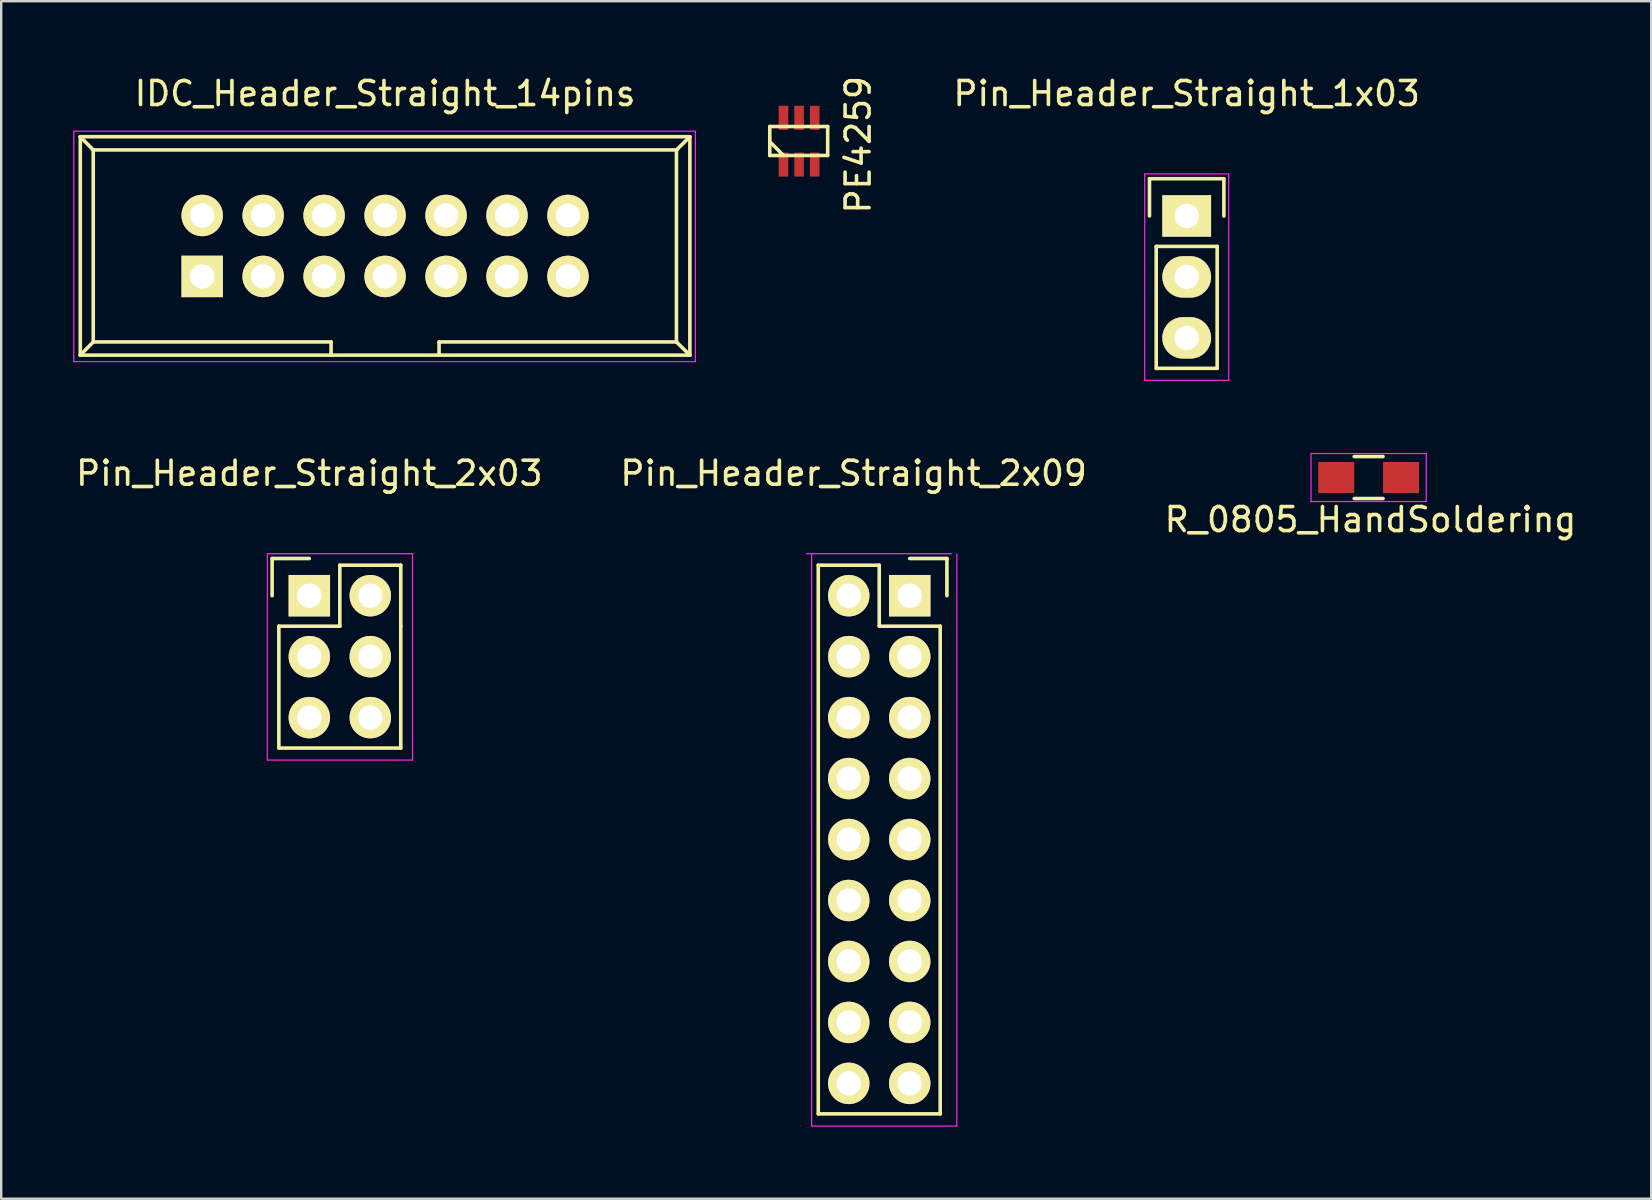
<source format=kicad_pcb>
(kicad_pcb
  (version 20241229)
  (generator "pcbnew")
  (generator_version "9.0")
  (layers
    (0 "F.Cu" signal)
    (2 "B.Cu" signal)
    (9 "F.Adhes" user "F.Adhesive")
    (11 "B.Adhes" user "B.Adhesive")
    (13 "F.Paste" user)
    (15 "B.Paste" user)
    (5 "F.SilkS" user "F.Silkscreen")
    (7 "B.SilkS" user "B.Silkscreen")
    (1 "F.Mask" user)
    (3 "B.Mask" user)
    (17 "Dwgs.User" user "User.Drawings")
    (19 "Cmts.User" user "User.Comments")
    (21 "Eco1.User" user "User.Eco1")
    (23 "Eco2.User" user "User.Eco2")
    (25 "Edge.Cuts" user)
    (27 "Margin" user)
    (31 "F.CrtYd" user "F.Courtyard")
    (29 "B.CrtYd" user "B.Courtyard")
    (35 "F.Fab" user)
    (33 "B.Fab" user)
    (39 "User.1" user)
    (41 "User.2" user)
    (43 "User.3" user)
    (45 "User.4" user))
  (footprint "IDC_Header_Straight_14pins"
    (layer "F.Cu")
    (at 5.375 8.468)
    (property "Reference" "IDC_Header_Straight_14pins" (at 7.62 -7.62 0) (layer "F.SilkS") (effects (font (size 1 1) (thickness 0.15))))
    (attr through_hole)
    (fp_line (start -5.08 -5.82) (end -5.08 3.28) (stroke (width 0.15) (type solid)) (layer "F.SilkS"))
    (fp_line (start -5.08 -5.82) (end -4.54 -5.27) (stroke (width 0.15) (type solid)) (layer "F.SilkS"))
    (fp_line (start -5.08 -5.82) (end 20.32 -5.82) (stroke (width 0.15) (type solid)) (layer "F.SilkS"))
    (fp_line (start -5.08 3.28) (end -4.54 2.73) (stroke (width 0.15) (type solid)) (layer "F.SilkS"))
    (fp_line (start -5.08 3.28) (end 20.32 3.28) (stroke (width 0.15) (type solid)) (layer "F.SilkS"))
    (fp_line (start -4.54 -5.27) (end -4.54 2.73) (stroke (width 0.15) (type solid)) (layer "F.SilkS"))
    (fp_line (start -4.54 -5.27) (end 19.76 -5.27) (stroke (width 0.15) (type solid)) (layer "F.SilkS"))
    (fp_line (start -4.54 2.73) (end 5.37 2.73) (stroke (width 0.15) (type solid)) (layer "F.SilkS"))
    (fp_line (start 5.37 2.73) (end 5.37 3.28) (stroke (width 0.15) (type solid)) (layer "F.SilkS"))
    (fp_line (start 9.87 2.73) (end 9.87 3.28) (stroke (width 0.15) (type solid)) (layer "F.SilkS"))
    (fp_line (start 9.87 2.73) (end 19.76 2.73) (stroke (width 0.15) (type solid)) (layer "F.SilkS"))
    (fp_line (start 19.76 -5.27) (end 19.76 2.73) (stroke (width 0.15) (type solid)) (layer "F.SilkS"))
    (fp_line (start 20.32 -5.82) (end 19.76 -5.27) (stroke (width 0.15) (type solid)) (layer "F.SilkS"))
    (fp_line (start 20.32 -5.82) (end 20.32 3.28) (stroke (width 0.15) (type solid)) (layer "F.SilkS"))
    (fp_line (start 20.32 3.28) (end 19.76 2.73) (stroke (width 0.15) (type solid)) (layer "F.SilkS"))
    (fp_line (start -5.35 -6.05) (end 20.55 -6.05) (stroke (width 0.05) (type solid)) (layer "F.CrtYd"))
    (fp_line (start -5.35 3.55) (end -5.35 -6.05) (stroke (width 0.05) (type solid)) (layer "F.CrtYd"))
    (fp_line (start 20.55 -6.05) (end 20.55 3.55) (stroke (width 0.05) (type solid)) (layer "F.CrtYd"))
    (fp_line (start 20.55 3.55) (end -5.35 3.55) (stroke (width 0.05) (type solid)) (layer "F.CrtYd"))
    (pad "1" thru_hole rect (at 0 0) (size 1.727 1.727) (drill 1.016) (layers "*.Cu" "*.Mask" "F.SilkS"))
    (pad "2" thru_hole oval (at 0 -2.54) (size 1.727 1.727) (drill 1.016) (layers "*.Cu" "*.Mask" "F.SilkS"))
    (pad "3" thru_hole oval (at 2.54 0) (size 1.727 1.727) (drill 1.016) (layers "*.Cu" "*.Mask" "F.SilkS"))
    (pad "4" thru_hole oval (at 2.54 -2.54) (size 1.727 1.727) (drill 1.016) (layers "*.Cu" "*.Mask" "F.SilkS"))
    (pad "5" thru_hole oval (at 5.08 0) (size 1.727 1.727) (drill 1.016) (layers "*.Cu" "*.Mask" "F.SilkS"))
    (pad "6" thru_hole oval (at 5.08 -2.54) (size 1.727 1.727) (drill 1.016) (layers "*.Cu" "*.Mask" "F.SilkS"))
    (pad "7" thru_hole oval (at 7.62 0) (size 1.727 1.727) (drill 1.016) (layers "*.Cu" "*.Mask" "F.SilkS"))
    (pad "8" thru_hole oval (at 7.62 -2.54) (size 1.727 1.727) (drill 1.016) (layers "*.Cu" "*.Mask" "F.SilkS"))
    (pad "9" thru_hole oval (at 10.16 0) (size 1.727 1.727) (drill 1.016) (layers "*.Cu" "*.Mask" "F.SilkS"))
    (pad "10" thru_hole oval (at 10.16 -2.54) (size 1.727 1.727) (drill 1.016) (layers "*.Cu" "*.Mask" "F.SilkS"))
    (pad "11" thru_hole oval (at 12.7 0) (size 1.727 1.727) (drill 1.016) (layers "*.Cu" "*.Mask" "F.SilkS"))
    (pad "12" thru_hole oval (at 12.7 -2.54) (size 1.727 1.727) (drill 1.016) (layers "*.Cu" "*.Mask" "F.SilkS"))
    (pad "13" thru_hole oval (at 15.24 0) (size 1.727 1.727) (drill 1.016) (layers "*.Cu" "*.Mask" "F.SilkS"))
    (pad "14" thru_hole oval (at 15.24 -2.54) (size 1.727 1.727) (drill 1.016) (layers "*.Cu" "*.Mask" "F.SilkS")))
  (footprint "Pin_Header_Straight_2x09"
    (layer "F.Cu")
    (at 32.518 21.771)
    (property "Reference" "Pin_Header_Straight_2x09" (at 0 -5.1 0) (layer "F.SilkS") (effects (font (size 1 1) (thickness 0.15))))
    (attr through_hole)
    (fp_line (start -1.473 -1.27) (end 1.067 -1.27) (stroke (width 0.15) (type solid)) (layer "F.SilkS"))
    (fp_line (start -1.473 21.59) (end -1.473 -1.27) (stroke (width 0.15) (type solid)) (layer "F.SilkS"))
    (fp_line (start -1.473 21.59) (end 3.607 21.59) (stroke (width 0.15) (type solid)) (layer "F.SilkS"))
    (fp_line (start 1.067 -1.27) (end 1.067 1.27) (stroke (width 0.15) (type solid)) (layer "F.SilkS"))
    (fp_line (start 1.067 1.27) (end 3.607 1.27) (stroke (width 0.15) (type solid)) (layer "F.SilkS"))
    (fp_line (start 2.337 -1.55) (end 3.887 -1.55) (stroke (width 0.15) (type solid)) (layer "F.SilkS"))
    (fp_line (start 3.607 1.27) (end 3.607 21.59) (stroke (width 0.15) (type solid)) (layer "F.SilkS"))
    (fp_line (start 3.887 -1.55) (end 3.887 0) (stroke (width 0.15) (type solid)) (layer "F.SilkS"))
    (fp_line (start -1.75 -1.75) (end -1.75 22.1) (stroke (width 0.05) (type solid)) (layer "F.CrtYd"))
    (fp_line (start -1.75 22.1) (end 4.3 22.1) (stroke (width 0.05) (type solid)) (layer "F.CrtYd"))
    (fp_line (start 4.087 -1.75) (end -1.963 -1.75) (stroke (width 0.05) (type solid)) (layer "F.CrtYd"))
    (fp_line (start 4.3 -1.75) (end 4.3 22.1) (stroke (width 0.05) (type solid)) (layer "F.CrtYd"))
    (pad "19" thru_hole rect (at 2.337 0 180) (size 1.727 1.727) (drill 1.016) (layers "*.Cu" "*.Mask" "F.SilkS"))
    (pad "20" thru_hole oval (at -0.203 0 180) (size 1.727 1.727) (drill 1.016) (layers "*.Cu" "*.Mask" "F.SilkS"))
    (pad "21" thru_hole oval (at 2.337 2.54 180) (size 1.727 1.727) (drill 1.016) (layers "*.Cu" "*.Mask" "F.SilkS"))
    (pad "22" thru_hole oval (at -0.203 2.54 180) (size 1.727 1.727) (drill 1.016) (layers "*.Cu" "*.Mask" "F.SilkS"))
    (pad "23" thru_hole oval (at 2.337 5.08 180) (size 1.727 1.727) (drill 1.016) (layers "*.Cu" "*.Mask" "F.SilkS"))
    (pad "24" thru_hole oval (at -0.203 5.08 180) (size 1.727 1.727) (drill 1.016) (layers "*.Cu" "*.Mask" "F.SilkS"))
    (pad "25" thru_hole oval (at 2.337 7.62 180) (size 1.727 1.727) (drill 1.016) (layers "*.Cu" "*.Mask" "F.SilkS"))
    (pad "26" thru_hole oval (at -0.203 7.62 180) (size 1.727 1.727) (drill 1.016) (layers "*.Cu" "*.Mask" "F.SilkS"))
    (pad "27" thru_hole oval (at 2.337 10.16 180) (size 1.727 1.727) (drill 1.016) (layers "*.Cu" "*.Mask" "F.SilkS"))
    (pad "28" thru_hole oval (at -0.203 10.16 180) (size 1.727 1.727) (drill 1.016) (layers "*.Cu" "*.Mask" "F.SilkS"))
    (pad "29" thru_hole oval (at 2.337 12.7 180) (size 1.727 1.727) (drill 1.016) (layers "*.Cu" "*.Mask" "F.SilkS"))
    (pad "30" thru_hole oval (at -0.203 12.7 180) (size 1.727 1.727) (drill 1.016) (layers "*.Cu" "*.Mask" "F.SilkS"))
    (pad "31" thru_hole oval (at 2.337 15.24 180) (size 1.727 1.727) (drill 1.016) (layers "*.Cu" "*.Mask" "F.SilkS"))
    (pad "32" thru_hole oval (at -0.203 15.24 180) (size 1.727 1.727) (drill 1.016) (layers "*.Cu" "*.Mask" "F.SilkS"))
    (pad "33" thru_hole oval (at 2.337 17.78 180) (size 1.727 1.727) (drill 1.016) (layers "*.Cu" "*.Mask" "F.SilkS"))
    (pad "34" thru_hole oval (at -0.203 17.78 180) (size 1.727 1.727) (drill 1.016) (layers "*.Cu" "*.Mask" "F.SilkS"))
    (pad "35" thru_hole oval (at 2.337 20.32 180) (size 1.727 1.727) (drill 1.016) (layers "*.Cu" "*.Mask" "F.SilkS"))
    (pad "36" thru_hole oval (at -0.203 20.32 180) (size 1.727 1.727) (drill 1.016) (layers "*.Cu" "*.Mask" "F.SilkS")))
  (footprint "Pin_Header_Straight_1x03"
    (layer "F.Cu")
    (at 46.396 5.948)
    (property "Reference" "Pin_Header_Straight_1x03" (at 0 -5.1 0) (layer "F.SilkS") (effects (font (size 1 1) (thickness 0.15))))
    (attr through_hole)
    (fp_line (start -1.55 -1.55) (end 1.55 -1.55) (stroke (width 0.15) (type solid)) (layer "F.SilkS"))
    (fp_line (start -1.55 0) (end -1.55 -1.55) (stroke (width 0.15) (type solid)) (layer "F.SilkS"))
    (fp_line (start -1.27 1.27) (end -1.27 6.35) (stroke (width 0.15) (type solid)) (layer "F.SilkS"))
    (fp_line (start -1.27 6.35) (end 1.27 6.35) (stroke (width 0.15) (type solid)) (layer "F.SilkS"))
    (fp_line (start 1.27 1.27) (end -1.27 1.27) (stroke (width 0.15) (type solid)) (layer "F.SilkS"))
    (fp_line (start 1.27 6.35) (end 1.27 1.27) (stroke (width 0.15) (type solid)) (layer "F.SilkS"))
    (fp_line (start 1.55 -1.55) (end 1.55 0) (stroke (width 0.15) (type solid)) (layer "F.SilkS"))
    (fp_line (start -1.75 -1.75) (end -1.75 6.85) (stroke (width 0.05) (type solid)) (layer "F.CrtYd"))
    (fp_line (start -1.75 -1.75) (end 1.75 -1.75) (stroke (width 0.05) (type solid)) (layer "F.CrtYd"))
    (fp_line (start -1.75 6.85) (end 1.75 6.85) (stroke (width 0.05) (type solid)) (layer "F.CrtYd"))
    (fp_line (start 1.75 -1.75) (end 1.75 6.85) (stroke (width 0.05) (type solid)) (layer "F.CrtYd"))
    (pad "1" thru_hole rect (at 0 0) (size 2.032 1.727) (drill 1.016) (layers "*.Cu" "*.Mask" "F.SilkS"))
    (pad "2" thru_hole oval (at 0 2.54) (size 2.032 1.727) (drill 1.016) (layers "*.Cu" "*.Mask" "F.SilkS"))
    (pad "3" thru_hole oval (at 0 5.08) (size 2.032 1.727) (drill 1.016) (layers "*.Cu" "*.Mask" "F.SilkS")))
  (footprint "PE4259"
    (layer "F.Cu")
    (at 29.596 3.808)
    (property "Reference" "PE4259" (at 3.111 -0.826 90) (layer "F.SilkS") (effects (font (size 1 1) (thickness 0.15))))
    (attr through_hole)
    (fp_line (start -0.572 -1.587) (end 1.841 -1.587) (stroke (width 0.15) (type solid)) (layer "F.SilkS"))
    (fp_line (start -0.572 -0.953) (end 0 -0.381) (stroke (width 0.15) (type solid)) (layer "F.SilkS"))
    (fp_line (start -0.572 -0.381) (end -0.572 -1.587) (stroke (width 0.15) (type solid)) (layer "F.SilkS"))
    (fp_line (start 1.841 -1.587) (end 1.841 -0.381) (stroke (width 0.15) (type solid)) (layer "F.SilkS"))
    (fp_line (start 1.841 -0.381) (end -0.572 -0.381) (stroke (width 0.15) (type solid)) (layer "F.SilkS"))
    (pad "1" smd rect (at 0 0) (size 0.4 1) (layers "F.Cu" "F.Mask" "F.Paste"))
    (pad "2" smd rect (at 0.65 0) (size 0.4 1) (layers "F.Cu" "F.Mask" "F.Paste"))
    (pad "3" smd rect (at 1.3 0) (size 0.4 1) (layers "F.Cu" "F.Mask" "F.Paste"))
    (pad "4" smd rect (at 1.3 -1.95) (size 0.4 1) (layers "F.Cu" "F.Mask" "F.Paste"))
    (pad "5" smd rect (at 0.65 -1.95) (size 0.4 1) (layers "F.Cu" "F.Mask" "F.Paste"))
    (pad "6" smd rect (at 0 -1.95) (size 0.4 1) (layers "F.Cu" "F.Mask" "F.Paste")))
  (footprint "Pin_Header_Straight_2x03"
    (layer "F.Cu")
    (at 9.839 21.771)
    (property "Reference" "Pin_Header_Straight_2x03" (at 0 -5.1 0) (layer "F.SilkS") (effects (font (size 1 1) (thickness 0.15))))
    (attr through_hole)
    (fp_line (start -1.55 -1.55) (end -1.55 0) (stroke (width 0.15) (type solid)) (layer "F.SilkS"))
    (fp_line (start -1.55 -1.55) (end 0 -1.55) (stroke (width 0.15) (type solid)) (layer "F.SilkS"))
    (fp_line (start -1.27 1.27) (end -1.27 6.35) (stroke (width 0.15) (type solid)) (layer "F.SilkS"))
    (fp_line (start -1.27 6.35) (end 3.81 6.35) (stroke (width 0.15) (type solid)) (layer "F.SilkS"))
    (fp_line (start 1.27 -1.27) (end 1.27 1.27) (stroke (width 0.15) (type solid)) (layer "F.SilkS"))
    (fp_line (start 1.27 1.27) (end -1.27 1.27) (stroke (width 0.15) (type solid)) (layer "F.SilkS"))
    (fp_line (start 3.81 -1.27) (end 1.27 -1.27) (stroke (width 0.15) (type solid)) (layer "F.SilkS"))
    (fp_line (start 3.81 1.27) (end 3.81 -1.27) (stroke (width 0.15) (type solid)) (layer "F.SilkS"))
    (fp_line (start 3.81 6.35) (end 3.81 1.27) (stroke (width 0.15) (type solid)) (layer "F.SilkS"))
    (fp_line (start -1.75 -1.75) (end -1.75 6.85) (stroke (width 0.05) (type solid)) (layer "F.CrtYd"))
    (fp_line (start -1.75 -1.75) (end 4.3 -1.75) (stroke (width 0.05) (type solid)) (layer "F.CrtYd"))
    (fp_line (start -1.75 6.85) (end 4.3 6.85) (stroke (width 0.05) (type solid)) (layer "F.CrtYd"))
    (fp_line (start 4.3 -1.75) (end 4.3 6.85) (stroke (width 0.05) (type solid)) (layer "F.CrtYd"))
    (pad "1" thru_hole rect (at 0 0) (size 1.727 1.727) (drill 1.016) (layers "*.Cu" "*.Mask" "F.SilkS"))
    (pad "2" thru_hole oval (at 2.54 0) (size 1.727 1.727) (drill 1.016) (layers "*.Cu" "*.Mask" "F.SilkS"))
    (pad "3" thru_hole oval (at 0 2.54) (size 1.727 1.727) (drill 1.016) (layers "*.Cu" "*.Mask" "F.SilkS"))
    (pad "4" thru_hole oval (at 2.54 2.54) (size 1.727 1.727) (drill 1.016) (layers "*.Cu" "*.Mask" "F.SilkS"))
    (pad "5" thru_hole oval (at 0 5.08) (size 1.727 1.727) (drill 1.016) (layers "*.Cu" "*.Mask" "F.SilkS"))
    (pad "6" thru_hole oval (at 2.54 5.08) (size 1.727 1.727) (drill 1.016) (layers "*.Cu" "*.Mask" "F.SilkS")))
  (footprint "R_0805_HandSoldering"
    (layer "F.Cu")
    (at 53.977 16.848)
    (property "Reference" "R_0805_HandSoldering" (at 0.076 1.753 0) (layer "F.SilkS") (effects (font (size 1 1) (thickness 0.15))))
    (attr smd)
    (fp_line (start -0.6 -0.875) (end 0.6 -0.875) (stroke (width 0.15) (type solid)) (layer "F.SilkS"))
    (fp_line (start 0.6 0.875) (end -0.6 0.875) (stroke (width 0.15) (type solid)) (layer "F.SilkS"))
    (fp_line (start -2.4 -1) (end -2.4 1) (stroke (width 0.05) (type solid)) (layer "F.CrtYd"))
    (fp_line (start -2.4 -1) (end 2.4 -1) (stroke (width 0.05) (type solid)) (layer "F.CrtYd"))
    (fp_line (start -2.4 1) (end 2.4 1) (stroke (width 0.05) (type solid)) (layer "F.CrtYd"))
    (fp_line (start 2.4 -1) (end 2.4 1) (stroke (width 0.05) (type solid)) (layer "F.CrtYd"))
    (pad "1" smd rect (at -1.35 0) (size 1.5 1.3) (layers "F.Cu" "F.Mask" "F.Paste"))
    (pad "2" smd rect (at 1.35 0) (size 1.5 1.3) (layers "F.Cu" "F.Mask" "F.Paste")))
  (gr_rect
    (start -3 -3)
    (end 65.75 46.897)
    (stroke (width 0.1) (type default))
    (fill no)
    (layer "Edge.Cuts")))
</source>
